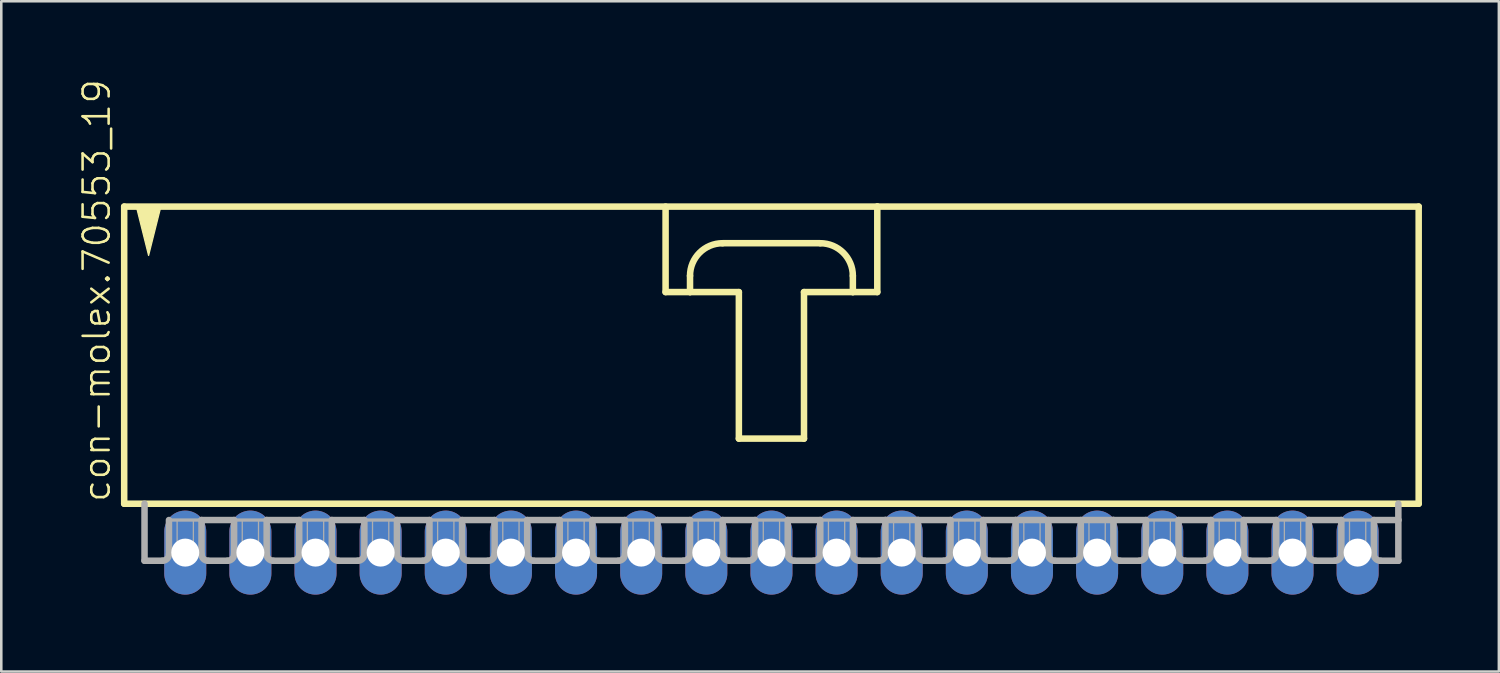
<source format=kicad_pcb>
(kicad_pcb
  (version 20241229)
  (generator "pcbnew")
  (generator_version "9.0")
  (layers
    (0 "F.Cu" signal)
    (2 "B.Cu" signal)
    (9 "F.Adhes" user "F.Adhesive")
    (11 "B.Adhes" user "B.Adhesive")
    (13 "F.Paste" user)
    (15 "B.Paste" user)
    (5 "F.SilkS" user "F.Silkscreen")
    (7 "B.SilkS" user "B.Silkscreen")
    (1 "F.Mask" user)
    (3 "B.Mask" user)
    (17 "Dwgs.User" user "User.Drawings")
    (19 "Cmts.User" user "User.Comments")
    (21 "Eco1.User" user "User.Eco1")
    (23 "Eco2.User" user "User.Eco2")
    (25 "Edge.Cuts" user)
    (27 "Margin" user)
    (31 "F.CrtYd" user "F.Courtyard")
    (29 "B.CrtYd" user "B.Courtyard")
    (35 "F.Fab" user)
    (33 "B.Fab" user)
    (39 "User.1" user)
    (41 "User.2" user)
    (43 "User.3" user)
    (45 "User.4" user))
  (footprint "con-molex.70553_19"
    (layer "F.Cu")
    (at 27.034 10.88)
    (property "Reference" "con-molex.70553_19" (at -25.718 5.715 90) (layer "F.SilkS") (effects (font (size 1.016 1.016) (thickness 0.1)) (justify left bottom)))
    (attr through_hole)
    (fp_line (start -25.241 -5.874) (end -25.241 5.715) (stroke (width 0.254) (type default)) (layer "F.SilkS"))
    (fp_line (start -25.241 5.715) (end 25.241 5.715) (stroke (width 0.254) (type default)) (layer "F.SilkS"))
    (fp_line (start -4.128 -5.874) (end -4.128 -2.54) (stroke (width 0.254) (type default)) (layer "F.SilkS"))
    (fp_line (start -4.128 -2.54) (end -3.175 -2.54) (stroke (width 0.254) (type default)) (layer "F.SilkS"))
    (fp_line (start -3.175 -2.54) (end -3.175 -3.175) (stroke (width 0.254) (type default)) (layer "F.SilkS"))
    (fp_line (start -3.175 -2.54) (end -1.27 -2.54) (stroke (width 0.254) (type default)) (layer "F.SilkS"))
    (fp_line (start -1.905 -4.445) (end 1.905 -4.445) (stroke (width 0.254) (type default)) (layer "F.SilkS"))
    (fp_line (start -1.27 -2.54) (end -1.27 3.175) (stroke (width 0.254) (type default)) (layer "F.SilkS"))
    (fp_line (start -1.27 3.175) (end 1.27 3.175) (stroke (width 0.254) (type default)) (layer "F.SilkS"))
    (fp_line (start 1.27 -2.54) (end 3.175 -2.54) (stroke (width 0.254) (type default)) (layer "F.SilkS"))
    (fp_line (start 1.27 3.175) (end 1.27 -2.54) (stroke (width 0.254) (type default)) (layer "F.SilkS"))
    (fp_line (start 3.175 -3.175) (end 3.175 -2.54) (stroke (width 0.254) (type default)) (layer "F.SilkS"))
    (fp_line (start 3.175 -2.54) (end 4.128 -2.54) (stroke (width 0.254) (type default)) (layer "F.SilkS"))
    (fp_line (start 4.128 -5.874) (end -25.241 -5.874) (stroke (width 0.254) (type default)) (layer "F.SilkS"))
    (fp_line (start 4.128 -2.54) (end 4.128 -5.874) (stroke (width 0.254) (type default)) (layer "F.SilkS"))
    (fp_line (start 25.241 -5.874) (end 4.128 -5.874) (stroke (width 0.254) (type default)) (layer "F.SilkS"))
    (fp_line (start 25.241 5.715) (end 25.241 -5.874) (stroke (width 0.254) (type default)) (layer "F.SilkS"))
    (fp_arc (start -3.175 -3.175) (mid -2.803026 -4.073026) (end -1.905 -4.445) (stroke (width 0.254) (type default)) (layer "F.SilkS"))
    (fp_arc (start 1.905 -4.445) (mid 2.803026 -4.073026) (end 3.175 -3.175) (stroke (width 0.254) (type default)) (layer "F.SilkS"))
    (fp_poly (pts (xy -24.765 -5.874) (xy -24.289 -3.969) (xy -23.812 -5.874)) (stroke (width 0.051) (type default)) (fill yes) (layer "F.SilkS"))
    (fp_line (start -24.448 5.715) (end -24.448 7.938) (stroke (width 0.254) (type default)) (layer "F.Fab"))
    (fp_line (start -23.749 7.938) (end -24.448 7.938) (stroke (width 0.254) (type default)) (layer "F.Fab"))
    (fp_line (start -23.495 6.35) (end -23.495 7.684) (stroke (width 0.254) (type default)) (layer "F.Fab"))
    (fp_line (start -23.495 6.35) (end -22.225 6.35) (stroke (width 0.127) (type default)) (layer "F.Fab"))
    (fp_line (start -22.225 6.35) (end -22.225 7.684) (stroke (width 0.254) (type default)) (layer "F.Fab"))
    (fp_line (start -22.225 6.35) (end -20.955 6.35) (stroke (width 0.254) (type default)) (layer "F.Fab"))
    (fp_line (start -21.209 7.938) (end -21.971 7.938) (stroke (width 0.254) (type default)) (layer "F.Fab"))
    (fp_line (start -20.955 6.35) (end -20.955 7.684) (stroke (width 0.254) (type default)) (layer "F.Fab"))
    (fp_line (start -20.955 6.35) (end -19.685 6.35) (stroke (width 0.127) (type default)) (layer "F.Fab"))
    (fp_line (start -19.685 6.35) (end -19.685 7.684) (stroke (width 0.254) (type default)) (layer "F.Fab"))
    (fp_line (start -19.685 6.35) (end -18.415 6.35) (stroke (width 0.254) (type default)) (layer "F.Fab"))
    (fp_line (start -18.669 7.938) (end -19.431 7.938) (stroke (width 0.254) (type default)) (layer "F.Fab"))
    (fp_line (start -18.415 6.35) (end -18.415 7.684) (stroke (width 0.254) (type default)) (layer "F.Fab"))
    (fp_line (start -18.415 6.35) (end -17.145 6.35) (stroke (width 0.127) (type default)) (layer "F.Fab"))
    (fp_line (start -17.145 6.35) (end -17.145 7.684) (stroke (width 0.254) (type default)) (layer "F.Fab"))
    (fp_line (start -17.145 6.35) (end -15.875 6.35) (stroke (width 0.254) (type default)) (layer "F.Fab"))
    (fp_line (start -16.129 7.938) (end -16.891 7.938) (stroke (width 0.254) (type default)) (layer "F.Fab"))
    (fp_line (start -15.875 6.35) (end -15.875 7.684) (stroke (width 0.254) (type default)) (layer "F.Fab"))
    (fp_line (start -15.875 6.35) (end -14.605 6.35) (stroke (width 0.127) (type default)) (layer "F.Fab"))
    (fp_line (start -14.605 6.35) (end -14.605 7.684) (stroke (width 0.254) (type default)) (layer "F.Fab"))
    (fp_line (start -14.605 6.35) (end -13.335 6.35) (stroke (width 0.254) (type default)) (layer "F.Fab"))
    (fp_line (start -13.589 7.938) (end -14.351 7.938) (stroke (width 0.254) (type default)) (layer "F.Fab"))
    (fp_line (start -13.335 6.35) (end -13.335 7.684) (stroke (width 0.254) (type default)) (layer "F.Fab"))
    (fp_line (start -13.335 6.35) (end -12.065 6.35) (stroke (width 0.127) (type default)) (layer "F.Fab"))
    (fp_line (start -12.065 6.35) (end -12.065 7.684) (stroke (width 0.254) (type default)) (layer "F.Fab"))
    (fp_line (start -12.065 6.35) (end -10.795 6.35) (stroke (width 0.254) (type default)) (layer "F.Fab"))
    (fp_line (start -11.049 7.938) (end -11.811 7.938) (stroke (width 0.254) (type default)) (layer "F.Fab"))
    (fp_line (start -10.795 6.35) (end -10.795 7.684) (stroke (width 0.254) (type default)) (layer "F.Fab"))
    (fp_line (start -10.795 6.35) (end -9.525 6.35) (stroke (width 0.127) (type default)) (layer "F.Fab"))
    (fp_line (start -9.525 6.35) (end -9.525 7.684) (stroke (width 0.254) (type default)) (layer "F.Fab"))
    (fp_line (start -9.525 6.35) (end -8.255 6.35) (stroke (width 0.254) (type default)) (layer "F.Fab"))
    (fp_line (start -8.509 7.938) (end -9.271 7.938) (stroke (width 0.254) (type default)) (layer "F.Fab"))
    (fp_line (start -8.255 6.35) (end -8.255 7.684) (stroke (width 0.254) (type default)) (layer "F.Fab"))
    (fp_line (start -8.255 6.35) (end -6.985 6.35) (stroke (width 0.127) (type default)) (layer "F.Fab"))
    (fp_line (start -6.985 6.35) (end -6.985 7.684) (stroke (width 0.254) (type default)) (layer "F.Fab"))
    (fp_line (start -6.985 6.35) (end -5.715 6.35) (stroke (width 0.254) (type default)) (layer "F.Fab"))
    (fp_line (start -5.969 7.938) (end -6.731 7.938) (stroke (width 0.254) (type default)) (layer "F.Fab"))
    (fp_line (start -5.715 6.35) (end -5.715 7.684) (stroke (width 0.254) (type default)) (layer "F.Fab"))
    (fp_line (start -5.715 6.35) (end -4.445 6.35) (stroke (width 0.127) (type default)) (layer "F.Fab"))
    (fp_line (start -4.445 6.35) (end -4.445 7.684) (stroke (width 0.254) (type default)) (layer "F.Fab"))
    (fp_line (start -4.445 6.35) (end -3.175 6.35) (stroke (width 0.254) (type default)) (layer "F.Fab"))
    (fp_line (start -3.429 7.938) (end -4.191 7.938) (stroke (width 0.254) (type default)) (layer "F.Fab"))
    (fp_line (start -3.175 6.35) (end -3.175 7.684) (stroke (width 0.254) (type default)) (layer "F.Fab"))
    (fp_line (start -3.175 6.35) (end -1.905 6.35) (stroke (width 0.127) (type default)) (layer "F.Fab"))
    (fp_line (start -1.905 6.35) (end -1.905 7.684) (stroke (width 0.254) (type default)) (layer "F.Fab"))
    (fp_line (start -1.905 6.35) (end -0.635 6.35) (stroke (width 0.254) (type default)) (layer "F.Fab"))
    (fp_line (start -0.889 7.938) (end -1.651 7.938) (stroke (width 0.254) (type default)) (layer "F.Fab"))
    (fp_line (start -0.635 6.35) (end -0.635 7.684) (stroke (width 0.254) (type default)) (layer "F.Fab"))
    (fp_line (start -0.635 6.35) (end 0.635 6.35) (stroke (width 0.127) (type default)) (layer "F.Fab"))
    (fp_line (start 0.635 6.35) (end 0.635 7.684) (stroke (width 0.254) (type default)) (layer "F.Fab"))
    (fp_line (start 0.635 6.35) (end 1.905 6.35) (stroke (width 0.254) (type default)) (layer "F.Fab"))
    (fp_line (start 1.651 7.938) (end 0.889 7.938) (stroke (width 0.254) (type default)) (layer "F.Fab"))
    (fp_line (start 1.905 6.35) (end 1.905 7.684) (stroke (width 0.254) (type default)) (layer "F.Fab"))
    (fp_line (start 1.905 6.35) (end 3.175 6.35) (stroke (width 0.127) (type default)) (layer "F.Fab"))
    (fp_line (start 3.175 6.35) (end 3.175 7.684) (stroke (width 0.254) (type default)) (layer "F.Fab"))
    (fp_line (start 3.175 6.35) (end 4.445 6.35) (stroke (width 0.254) (type default)) (layer "F.Fab"))
    (fp_line (start 4.191 7.938) (end 3.429 7.938) (stroke (width 0.254) (type default)) (layer "F.Fab"))
    (fp_line (start 4.445 6.35) (end 4.445 7.684) (stroke (width 0.254) (type default)) (layer "F.Fab"))
    (fp_line (start 4.445 6.35) (end 5.715 6.35) (stroke (width 0.254) (type default)) (layer "F.Fab"))
    (fp_line (start 5.715 6.35) (end 5.715 7.684) (stroke (width 0.254) (type default)) (layer "F.Fab"))
    (fp_line (start 5.715 6.35) (end 6.985 6.35) (stroke (width 0.254) (type default)) (layer "F.Fab"))
    (fp_line (start 6.731 7.938) (end 5.969 7.938) (stroke (width 0.254) (type default)) (layer "F.Fab"))
    (fp_line (start 6.985 6.35) (end 6.985 7.684) (stroke (width 0.254) (type default)) (layer "F.Fab"))
    (fp_line (start 6.985 6.35) (end 8.255 6.35) (stroke (width 0.127) (type default)) (layer "F.Fab"))
    (fp_line (start 8.255 6.35) (end 8.255 7.684) (stroke (width 0.254) (type default)) (layer "F.Fab"))
    (fp_line (start 8.255 6.35) (end 9.525 6.35) (stroke (width 0.254) (type default)) (layer "F.Fab"))
    (fp_line (start 9.271 7.938) (end 8.509 7.938) (stroke (width 0.254) (type default)) (layer "F.Fab"))
    (fp_line (start 9.525 6.35) (end 9.525 7.684) (stroke (width 0.254) (type default)) (layer "F.Fab"))
    (fp_line (start 9.525 6.35) (end 13.335 6.35) (stroke (width 0.254) (type default)) (layer "F.Fab"))
    (fp_line (start 10.795 6.35) (end 10.795 7.684) (stroke (width 0.254) (type default)) (layer "F.Fab"))
    (fp_line (start 11.811 7.938) (end 11.049 7.938) (stroke (width 0.254) (type default)) (layer "F.Fab"))
    (fp_line (start 12.065 6.35) (end 12.065 7.684) (stroke (width 0.254) (type default)) (layer "F.Fab"))
    (fp_line (start 13.335 6.35) (end 13.335 7.684) (stroke (width 0.254) (type default)) (layer "F.Fab"))
    (fp_line (start 13.335 6.35) (end 14.605 6.35) (stroke (width 0.254) (type default)) (layer "F.Fab"))
    (fp_line (start 13.589 7.938) (end 14.351 7.938) (stroke (width 0.254) (type default)) (layer "F.Fab"))
    (fp_line (start 14.605 6.35) (end 15.875 6.35) (stroke (width 0.127) (type default)) (layer "F.Fab"))
    (fp_line (start 14.605 7.684) (end 14.605 6.35) (stroke (width 0.254) (type default)) (layer "F.Fab"))
    (fp_line (start 15.875 6.35) (end 15.875 7.684) (stroke (width 0.254) (type default)) (layer "F.Fab"))
    (fp_line (start 15.875 6.35) (end 17.145 6.35) (stroke (width 0.254) (type default)) (layer "F.Fab"))
    (fp_line (start 16.129 7.938) (end 16.891 7.938) (stroke (width 0.254) (type default)) (layer "F.Fab"))
    (fp_line (start 17.145 6.35) (end 18.415 6.35) (stroke (width 0.127) (type default)) (layer "F.Fab"))
    (fp_line (start 17.145 7.684) (end 17.145 6.35) (stroke (width 0.254) (type default)) (layer "F.Fab"))
    (fp_line (start 18.415 6.35) (end 18.415 7.684) (stroke (width 0.254) (type default)) (layer "F.Fab"))
    (fp_line (start 18.415 6.35) (end 19.685 6.35) (stroke (width 0.254) (type default)) (layer "F.Fab"))
    (fp_line (start 18.669 7.938) (end 19.431 7.938) (stroke (width 0.254) (type default)) (layer "F.Fab"))
    (fp_line (start 19.685 6.35) (end 20.955 6.35) (stroke (width 0.127) (type default)) (layer "F.Fab"))
    (fp_line (start 19.685 7.684) (end 19.685 6.35) (stroke (width 0.254) (type default)) (layer "F.Fab"))
    (fp_line (start 20.955 6.35) (end 20.955 7.684) (stroke (width 0.254) (type default)) (layer "F.Fab"))
    (fp_line (start 20.955 6.35) (end 22.225 6.35) (stroke (width 0.254) (type default)) (layer "F.Fab"))
    (fp_line (start 21.209 7.938) (end 21.971 7.938) (stroke (width 0.254) (type default)) (layer "F.Fab"))
    (fp_line (start 22.225 6.35) (end 23.495 6.35) (stroke (width 0.127) (type default)) (layer "F.Fab"))
    (fp_line (start 22.225 7.684) (end 22.225 6.35) (stroke (width 0.254) (type default)) (layer "F.Fab"))
    (fp_line (start 23.495 6.35) (end 23.495 7.684) (stroke (width 0.254) (type default)) (layer "F.Fab"))
    (fp_line (start 23.495 6.35) (end 24.448 6.35) (stroke (width 0.254) (type default)) (layer "F.Fab"))
    (fp_line (start 23.749 7.938) (end 24.448 7.938) (stroke (width 0.254) (type default)) (layer "F.Fab"))
    (fp_line (start 24.448 6.35) (end 24.448 5.715) (stroke (width 0.254) (type default)) (layer "F.Fab"))
    (fp_line (start 24.448 7.938) (end 24.448 6.35) (stroke (width 0.254) (type default)) (layer "F.Fab"))
    (fp_rect (start -23.177 7.62) (end -22.543 6.35) (stroke (width 0.05) (type default)) (fill no) (layer "F.Fab"))
    (fp_rect (start -20.637 7.62) (end -20.003 6.35) (stroke (width 0.05) (type default)) (fill no) (layer "F.Fab"))
    (fp_rect (start -18.098 7.62) (end -17.462 6.35) (stroke (width 0.05) (type default)) (fill no) (layer "F.Fab"))
    (fp_rect (start -15.557 7.62) (end -14.922 6.35) (stroke (width 0.05) (type default)) (fill no) (layer "F.Fab"))
    (fp_rect (start -13.018 7.62) (end -12.383 6.35) (stroke (width 0.05) (type default)) (fill no) (layer "F.Fab"))
    (fp_rect (start -10.477 7.62) (end -9.842 6.35) (stroke (width 0.05) (type default)) (fill no) (layer "F.Fab"))
    (fp_rect (start -7.938 7.62) (end -7.303 6.35) (stroke (width 0.05) (type default)) (fill no) (layer "F.Fab"))
    (fp_rect (start -5.397 7.62) (end -4.763 6.35) (stroke (width 0.05) (type default)) (fill no) (layer "F.Fab"))
    (fp_rect (start -2.857 7.62) (end -2.223 6.35) (stroke (width 0.05) (type default)) (fill no) (layer "F.Fab"))
    (fp_rect (start -0.318 7.62) (end 0.318 6.35) (stroke (width 0.05) (type default)) (fill no) (layer "F.Fab"))
    (fp_rect (start 2.223 7.62) (end 2.857 6.35) (stroke (width 0.05) (type default)) (fill no) (layer "F.Fab"))
    (fp_rect (start 4.763 7.62) (end 5.397 6.35) (stroke (width 0.05) (type default)) (fill no) (layer "F.Fab"))
    (fp_rect (start 7.303 7.62) (end 7.938 6.35) (stroke (width 0.05) (type default)) (fill no) (layer "F.Fab"))
    (fp_rect (start 9.842 7.62) (end 10.477 6.35) (stroke (width 0.05) (type default)) (fill no) (layer "F.Fab"))
    (fp_rect (start 12.383 7.62) (end 13.018 6.35) (stroke (width 0.05) (type default)) (fill no) (layer "F.Fab"))
    (fp_rect (start 14.922 7.62) (end 15.557 6.35) (stroke (width 0.05) (type default)) (fill no) (layer "F.Fab"))
    (fp_rect (start 17.462 7.62) (end 18.098 6.35) (stroke (width 0.05) (type default)) (fill no) (layer "F.Fab"))
    (fp_rect (start 20.003 7.62) (end 20.637 6.35) (stroke (width 0.05) (type default)) (fill no) (layer "F.Fab"))
    (fp_rect (start 22.543 7.62) (end 23.177 6.35) (stroke (width 0.05) (type default)) (fill no) (layer "F.Fab"))
    (fp_arc (start -23.495 7.6835) (mid -23.569395 7.863105) (end -23.749 7.9375) (stroke (width 0.254) (type default)) (layer "F.Fab"))
    (fp_arc (start -21.971 7.9375) (mid -22.150605 7.863105) (end -22.225 7.6835) (stroke (width 0.254) (type default)) (layer "F.Fab"))
    (fp_arc (start -20.955 7.6835) (mid -21.029395 7.863105) (end -21.209 7.9375) (stroke (width 0.254) (type default)) (layer "F.Fab"))
    (fp_arc (start -19.431 7.9375) (mid -19.610605 7.863105) (end -19.685 7.6835) (stroke (width 0.254) (type default)) (layer "F.Fab"))
    (fp_arc (start -18.415 7.6835) (mid -18.489395 7.863105) (end -18.669 7.9375) (stroke (width 0.254) (type default)) (layer "F.Fab"))
    (fp_arc (start -16.891 7.9375) (mid -17.070605 7.863105) (end -17.145 7.6835) (stroke (width 0.254) (type default)) (layer "F.Fab"))
    (fp_arc (start -15.875 7.6835) (mid -15.949395 7.863105) (end -16.129 7.9375) (stroke (width 0.254) (type default)) (layer "F.Fab"))
    (fp_arc (start -14.351 7.9375) (mid -14.530605 7.863105) (end -14.605 7.6835) (stroke (width 0.254) (type default)) (layer "F.Fab"))
    (fp_arc (start -13.335 7.6835) (mid -13.409395 7.863105) (end -13.589 7.9375) (stroke (width 0.254) (type default)) (layer "F.Fab"))
    (fp_arc (start -11.811 7.9375) (mid -11.990605 7.863105) (end -12.065 7.6835) (stroke (width 0.254) (type default)) (layer "F.Fab"))
    (fp_arc (start -10.795 7.6835) (mid -10.869395 7.863105) (end -11.049 7.9375) (stroke (width 0.254) (type default)) (layer "F.Fab"))
    (fp_arc (start -9.271 7.9375) (mid -9.450605 7.863105) (end -9.525 7.6835) (stroke (width 0.254) (type default)) (layer "F.Fab"))
    (fp_arc (start -8.255 7.6835) (mid -8.329395 7.863105) (end -8.509 7.9375) (stroke (width 0.254) (type default)) (layer "F.Fab"))
    (fp_arc (start -6.731 7.9375) (mid -6.910605 7.863105) (end -6.985 7.6835) (stroke (width 0.254) (type default)) (layer "F.Fab"))
    (fp_arc (start -5.715 7.6835) (mid -5.789395 7.863105) (end -5.969 7.9375) (stroke (width 0.254) (type default)) (layer "F.Fab"))
    (fp_arc (start -4.191 7.9375) (mid -4.370605 7.863105) (end -4.445 7.6835) (stroke (width 0.254) (type default)) (layer "F.Fab"))
    (fp_arc (start -3.175 7.6835) (mid -3.249395 7.863105) (end -3.429 7.9375) (stroke (width 0.254) (type default)) (layer "F.Fab"))
    (fp_arc (start -1.651 7.9375) (mid -1.830605 7.863105) (end -1.905 7.6835) (stroke (width 0.254) (type default)) (layer "F.Fab"))
    (fp_arc (start -0.635 7.6835) (mid -0.709395 7.863105) (end -0.889 7.9375) (stroke (width 0.254) (type default)) (layer "F.Fab"))
    (fp_arc (start 0.889 7.9375) (mid 0.709395 7.863105) (end 0.635 7.6835) (stroke (width 0.254) (type default)) (layer "F.Fab"))
    (fp_arc (start 1.905 7.6835) (mid 1.830605 7.863105) (end 1.651 7.9375) (stroke (width 0.254) (type default)) (layer "F.Fab"))
    (fp_arc (start 3.429 7.9375) (mid 3.249395 7.863105) (end 3.175 7.6835) (stroke (width 0.254) (type default)) (layer "F.Fab"))
    (fp_arc (start 4.445 7.6835) (mid 4.370605 7.863105) (end 4.191 7.9375) (stroke (width 0.254) (type default)) (layer "F.Fab"))
    (fp_arc (start 5.969 7.9375) (mid 5.789395 7.863105) (end 5.715 7.6835) (stroke (width 0.254) (type default)) (layer "F.Fab"))
    (fp_arc (start 6.985 7.6835) (mid 6.910605 7.863105) (end 6.731 7.9375) (stroke (width 0.254) (type default)) (layer "F.Fab"))
    (fp_arc (start 8.509 7.9375) (mid 8.329395 7.863105) (end 8.255 7.6835) (stroke (width 0.254) (type default)) (layer "F.Fab"))
    (fp_arc (start 9.525 7.6835) (mid 9.450605 7.863105) (end 9.271 7.9375) (stroke (width 0.254) (type default)) (layer "F.Fab"))
    (fp_arc (start 11.049 7.9375) (mid 10.869395 7.863105) (end 10.795 7.6835) (stroke (width 0.254) (type default)) (layer "F.Fab"))
    (fp_arc (start 12.065 7.6835) (mid 11.990605 7.863105) (end 11.811 7.9375) (stroke (width 0.254) (type default)) (layer "F.Fab"))
    (fp_arc (start 13.589 7.9375) (mid 13.409395 7.863105) (end 13.335 7.6835) (stroke (width 0.254) (type default)) (layer "F.Fab"))
    (fp_arc (start 14.605 7.6835) (mid 14.530605 7.863105) (end 14.351 7.9375) (stroke (width 0.254) (type default)) (layer "F.Fab"))
    (fp_arc (start 16.129 7.9375) (mid 15.949395 7.863105) (end 15.875 7.6835) (stroke (width 0.254) (type default)) (layer "F.Fab"))
    (fp_arc (start 17.145 7.6835) (mid 17.070605 7.863105) (end 16.891 7.9375) (stroke (width 0.254) (type default)) (layer "F.Fab"))
    (fp_arc (start 18.669 7.9375) (mid 18.489395 7.863105) (end 18.415 7.6835) (stroke (width 0.254) (type default)) (layer "F.Fab"))
    (fp_arc (start 19.685 7.6835) (mid 19.610605 7.863105) (end 19.431 7.9375) (stroke (width 0.254) (type default)) (layer "F.Fab"))
    (fp_arc (start 21.209 7.9375) (mid 21.029395 7.863105) (end 20.955 7.6835) (stroke (width 0.254) (type default)) (layer "F.Fab"))
    (fp_arc (start 22.225 7.6835) (mid 22.150605 7.863105) (end 21.971 7.9375) (stroke (width 0.254) (type default)) (layer "F.Fab"))
    (fp_arc (start 23.749 7.9375) (mid 23.569395 7.863105) (end 23.495 7.6835) (stroke (width 0.254) (type default)) (layer "F.Fab"))
    (pad "1" thru_hole oval (at -22.86 7.62 90) (size 3.277 1.638) (drill 1.092) (layers "*.Cu" "*.Mask"))
    (pad "2" thru_hole oval (at -20.32 7.62 90) (size 3.277 1.638) (drill 1.092) (layers "*.Cu" "*.Mask"))
    (pad "3" thru_hole oval (at -17.78 7.62 90) (size 3.277 1.638) (drill 1.092) (layers "*.Cu" "*.Mask"))
    (pad "4" thru_hole oval (at -15.24 7.62 90) (size 3.277 1.638) (drill 1.092) (layers "*.Cu" "*.Mask"))
    (pad "5" thru_hole oval (at -12.7 7.62 90) (size 3.277 1.638) (drill 1.092) (layers "*.Cu" "*.Mask"))
    (pad "6" thru_hole oval (at -10.16 7.62 90) (size 3.277 1.638) (drill 1.092) (layers "*.Cu" "*.Mask"))
    (pad "7" thru_hole oval (at -7.62 7.62 90) (size 3.277 1.638) (drill 1.092) (layers "*.Cu" "*.Mask"))
    (pad "8" thru_hole oval (at -5.08 7.62 90) (size 3.277 1.638) (drill 1.092) (layers "*.Cu" "*.Mask"))
    (pad "9" thru_hole oval (at -2.54 7.62 90) (size 3.277 1.638) (drill 1.092) (layers "*.Cu" "*.Mask"))
    (pad "10" thru_hole oval (at 0 7.62 90) (size 3.277 1.638) (drill 1.092) (layers "*.Cu" "*.Mask"))
    (pad "11" thru_hole oval (at 2.54 7.62 90) (size 3.277 1.638) (drill 1.092) (layers "*.Cu" "*.Mask"))
    (pad "12" thru_hole oval (at 5.08 7.62 90) (size 3.277 1.638) (drill 1.092) (layers "*.Cu" "*.Mask"))
    (pad "13" thru_hole oval (at 7.62 7.62 90) (size 3.277 1.638) (drill 1.092) (layers "*.Cu" "*.Mask"))
    (pad "14" thru_hole oval (at 10.16 7.62 90) (size 3.277 1.638) (drill 1.092) (layers "*.Cu" "*.Mask"))
    (pad "15" thru_hole oval (at 12.7 7.62 90) (size 3.277 1.638) (drill 1.092) (layers "*.Cu" "*.Mask"))
    (pad "16" thru_hole oval (at 15.24 7.62 90) (size 3.277 1.638) (drill 1.092) (layers "*.Cu" "*.Mask"))
    (pad "17" thru_hole oval (at 17.78 7.62 90) (size 3.277 1.638) (drill 1.092) (layers "*.Cu" "*.Mask"))
    (pad "18" thru_hole oval (at 20.32 7.62 90) (size 3.277 1.638) (drill 1.092) (layers "*.Cu" "*.Mask"))
    (pad "19" thru_hole oval (at 22.86 7.62 90) (size 3.277 1.638) (drill 1.092) (layers "*.Cu" "*.Mask")))
  (gr_rect
    (start -3 -3)
    (end 55.402 23.138)
    (stroke (width 0.1) (type default))
    (fill no)
    (layer "Edge.Cuts")))
</source>
